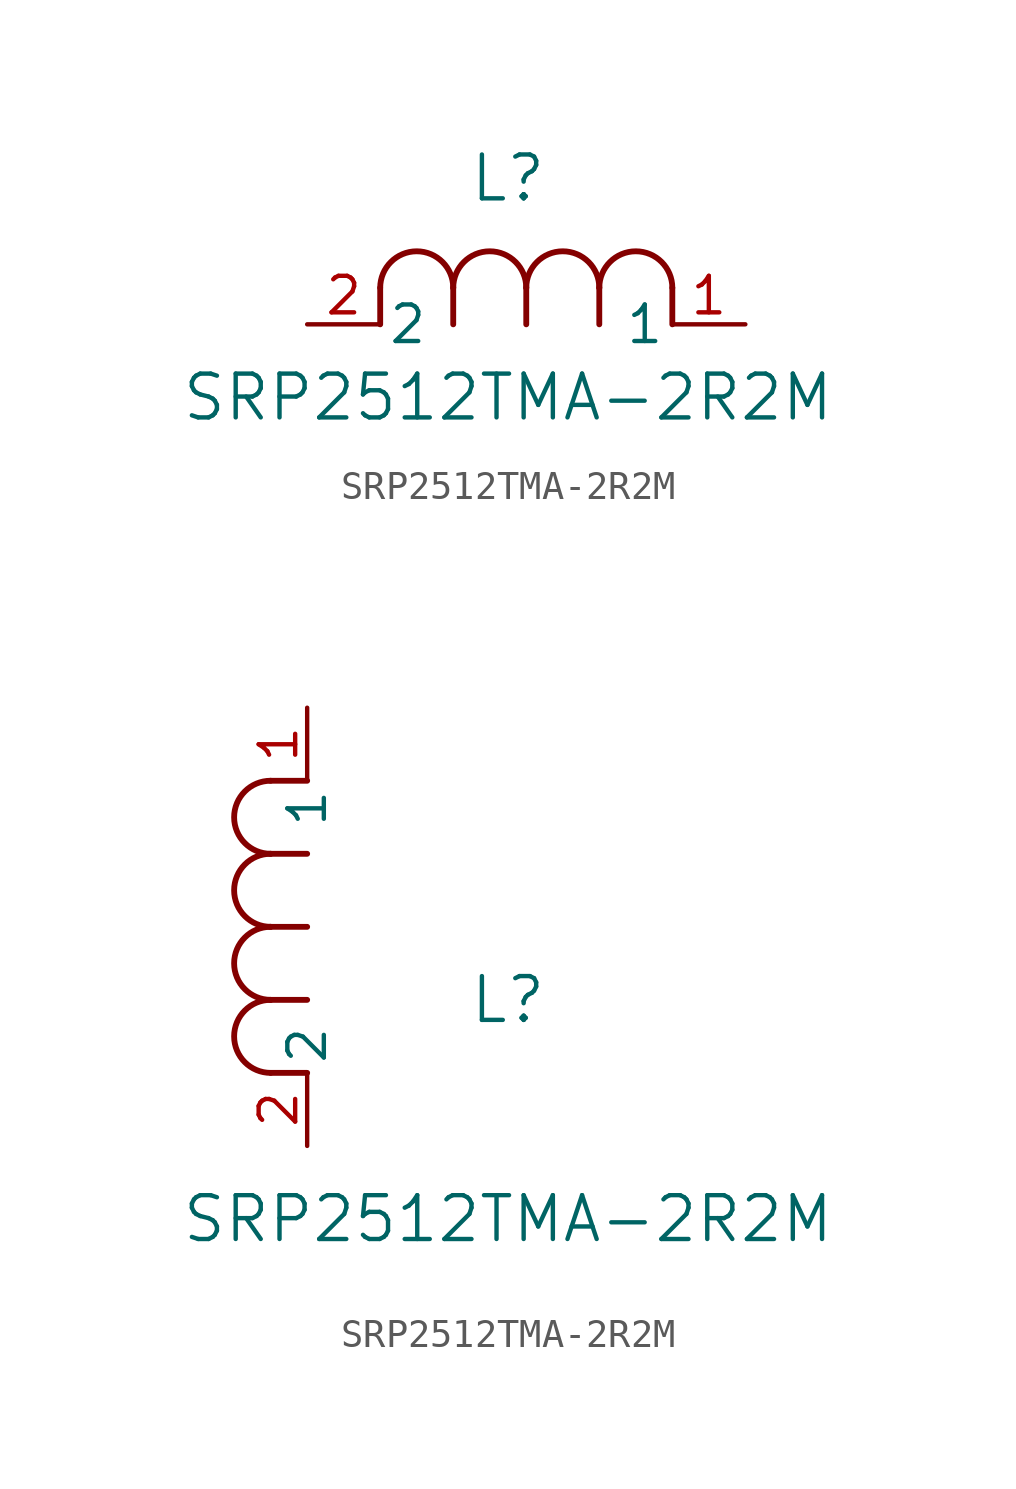
<source format=kicad_sym>
(kicad_symbol_lib
  (version 20211014)
  (generator kicad_symbol_editor)
  (symbol "SRP2512TMA-2R2M"
    (pin_names
      (offset 0.254))
    (property "Reference" "L"
      (at 6.985 5.08 0)
      (effects (font (size 1.524 1.524))))
    (property "Value" "SRP2512TMA-2R2M"
      (at 6.985 -2.54 0)
      (effects (font (size 1.524 1.524))))
    (symbol "SRP2512TMA-2R2M_1_1"
      (arc (start 7.62 1.27) (mid 6.35 2.54) (end 5.08 1.27) (stroke (width 0.2032) (type default) (color 0 0 0 0)) (fill (type none)))
      (polyline (pts (xy 5.08 0) (xy 5.08 1.27)) (stroke (width 0.203) (type default) (color 0 0 0 0)) (fill (type none)))
      (polyline (pts (xy 7.62 0) (xy 7.62 1.27)) (stroke (width 0.203) (type default) (color 0 0 0 0)) (fill (type none)))
      (polyline (pts (xy 12.7 0) (xy 12.7 1.27)) (stroke (width 0.203) (type default) (color 0 0 0 0)) (fill (type none)))
      (arc (start 5.08 1.27) (mid 3.81 2.54) (end 2.54 1.27) (stroke (width 0.2032) (type default) (color 0 0 0 0)) (fill (type none)))
      (arc (start 10.16 1.27) (mid 8.89 2.54) (end 7.62 1.27) (stroke (width 0.2032) (type default) (color 0 0 0 0)) (fill (type none)))
      (arc (start 12.7 1.27) (mid 11.43 2.54) (end 10.16 1.27) (stroke (width 0.2032) (type default) (color 0 0 0 0)) (fill (type none)))
      (polyline (pts (xy 2.54 0) (xy 2.54 1.27)) (stroke (width 0.203) (type default) (color 0 0 0 0)) (fill (type none)))
      (polyline (pts (xy 10.16 0) (xy 10.16 1.27)) (stroke (width 0.203) (type default) (color 0 0 0 0)) (fill (type none)))
      (pin unspecified line (at 0 0 0) (length 2.54) (name "2" (effects (font (size 1.27 1.27)))) (number "2" (effects (font (size 1.27 1.27)))))
      (pin unspecified line (at 15.24 0 180) (length 2.54) (name "1" (effects (font (size 1.27 1.27)))) (number "1" (effects (font (size 1.27 1.27))))))
    (symbol "SRP2512TMA-2R2M_1_2"
      (arc (start -1.27 7.62) (mid -2.54 6.35) (end -1.27 5.08) (stroke (width 0.2032) (type default) (color 0 0 0 0)) (fill (type none)))
      (arc (start -1.27 5.08) (mid -2.54 3.81) (end -1.27 2.54) (stroke (width 0.2032) (type default) (color 0 0 0 0)) (fill (type none)))
      (arc (start -1.27 12.7) (mid -2.54 11.43) (end -1.27 10.16) (stroke (width 0.2032) (type default) (color 0 0 0 0)) (fill (type none)))
      (arc (start -1.27 10.16) (mid -2.54 8.89) (end -1.27 7.62) (stroke (width 0.2032) (type default) (color 0 0 0 0)) (fill (type none)))
      (polyline (pts (xy 0 7.62) (xy -1.27 7.62)) (stroke (width 0.203) (type default) (color 0 0 0 0)) (fill (type none)))
      (polyline (pts (xy 0 5.08) (xy -1.27 5.08)) (stroke (width 0.203) (type default) (color 0 0 0 0)) (fill (type none)))
      (polyline (pts (xy 0 12.7) (xy -1.27 12.7)) (stroke (width 0.203) (type default) (color 0 0 0 0)) (fill (type none)))
      (polyline (pts (xy 0 2.54) (xy -1.27 2.54)) (stroke (width 0.203) (type default) (color 0 0 0 0)) (fill (type none)))
      (polyline (pts (xy 0 10.16) (xy -1.27 10.16)) (stroke (width 0.203) (type default) (color 0 0 0 0)) (fill (type none)))
      (pin unspecified line (at 0 0 90) (length 2.54) (name "2" (effects (font (size 1.27 1.27)))) (number "2" (effects (font (size 1.27 1.27)))))
      (pin unspecified line (at 0 15.24 270) (length 2.54) (name "1" (effects (font (size 1.27 1.27)))) (number "1" (effects (font (size 1.27 1.27))))))))
</source>
